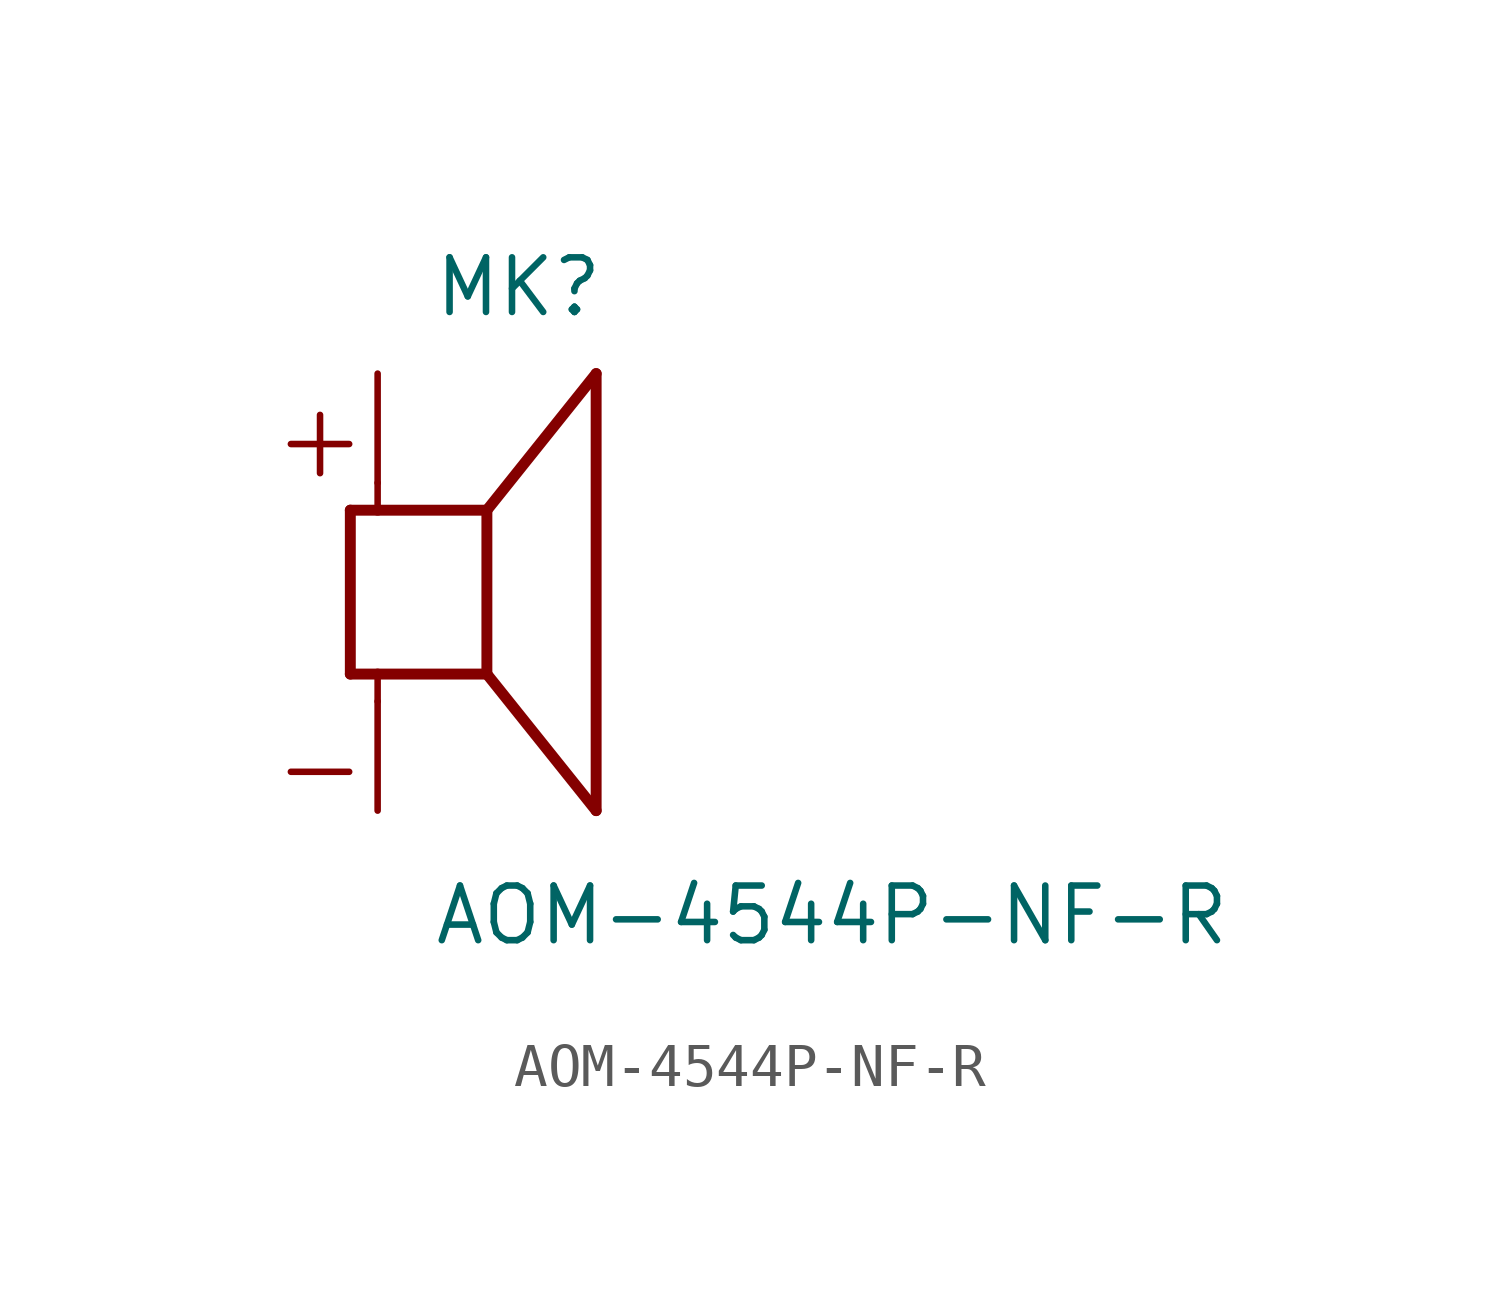
<source format=kicad_sym>
(kicad_symbol_lib
  (version 20211014)
  (generator kicad_symbol_editor)
  (symbol "AOM-4544P-NF-R"
    (pin_numbers hide)
    (pin_names
      (offset 1.016) hide)
    (property "Reference" "MK"
      (at -1.27 6.35 0)
      (effects (font (size 1.27 1.27)) (justify left bottom)))
    (property "Value" "AOM-4544P-NF-R"
      (at -1.27 -8.255 0)
      (effects (font (size 1.27 1.27)) (justify left bottom)))
    (property "ki_locked" ""
      (at 0 0 0)
      (effects (font (size 1.27 1.27))))
    (symbol "AOM-4544P-NF-R_0_0"
      (polyline (pts (xy -3.175 -1.905) (xy -2.54 -1.905)) (stroke (width 0.254) (type default) (color 0 0 0 0)) (fill (type none)))
      (polyline (pts (xy -3.175 1.905) (xy -3.175 -1.905)) (stroke (width 0.254) (type default) (color 0 0 0 0)) (fill (type none)))
      (polyline (pts (xy -3.175 1.905) (xy -2.54 1.905)) (stroke (width 0.254) (type default) (color 0 0 0 0)) (fill (type none)))
      (polyline (pts (xy -2.54 -2.54) (xy -2.54 -1.905)) (stroke (width 0.152) (type default) (color 0 0 0 0)) (fill (type none)))
      (polyline (pts (xy -2.54 -1.905) (xy 0 -1.905)) (stroke (width 0.254) (type default) (color 0 0 0 0)) (fill (type none)))
      (polyline (pts (xy -2.54 1.905) (xy 0 1.905)) (stroke (width 0.254) (type default) (color 0 0 0 0)) (fill (type none)))
      (polyline (pts (xy -2.54 2.54) (xy -2.54 1.905)) (stroke (width 0.152) (type default) (color 0 0 0 0)) (fill (type none)))
      (polyline (pts (xy 0 -1.905) (xy 0 1.905)) (stroke (width 0.254) (type default) (color 0 0 0 0)) (fill (type none)))
      (polyline (pts (xy 0 -1.905) (xy 2.54 -5.08)) (stroke (width 0.254) (type default) (color 0 0 0 0)) (fill (type none)))
      (polyline (pts (xy 0 1.905) (xy 2.54 5.08)) (stroke (width 0.254) (type default) (color 0 0 0 0)) (fill (type none)))
      (polyline (pts (xy 2.54 -5.08) (xy 2.54 5.08)) (stroke (width 0.254) (type default) (color 0 0 0 0)) (fill (type none)))
      (text "+" (at -5.08 2.54 0) (effects (font (size 1.778 1.778)) (justify left bottom)))
      (text "-" (at -5.08 -5.08 0) (effects (font (size 1.778 1.778)) (justify left bottom)))
      (pin passive line (at -2.54 -5.08 90) (length 2.54) (name "~" (effects (font (size 1.016 1.016)))) (number "N" (effects (font (size 1.016 1.016)))))
      (pin passive line (at -2.54 5.08 270) (length 2.54) (name "~" (effects (font (size 1.016 1.016)))) (number "P" (effects (font (size 1.016 1.016))))))))
</source>
